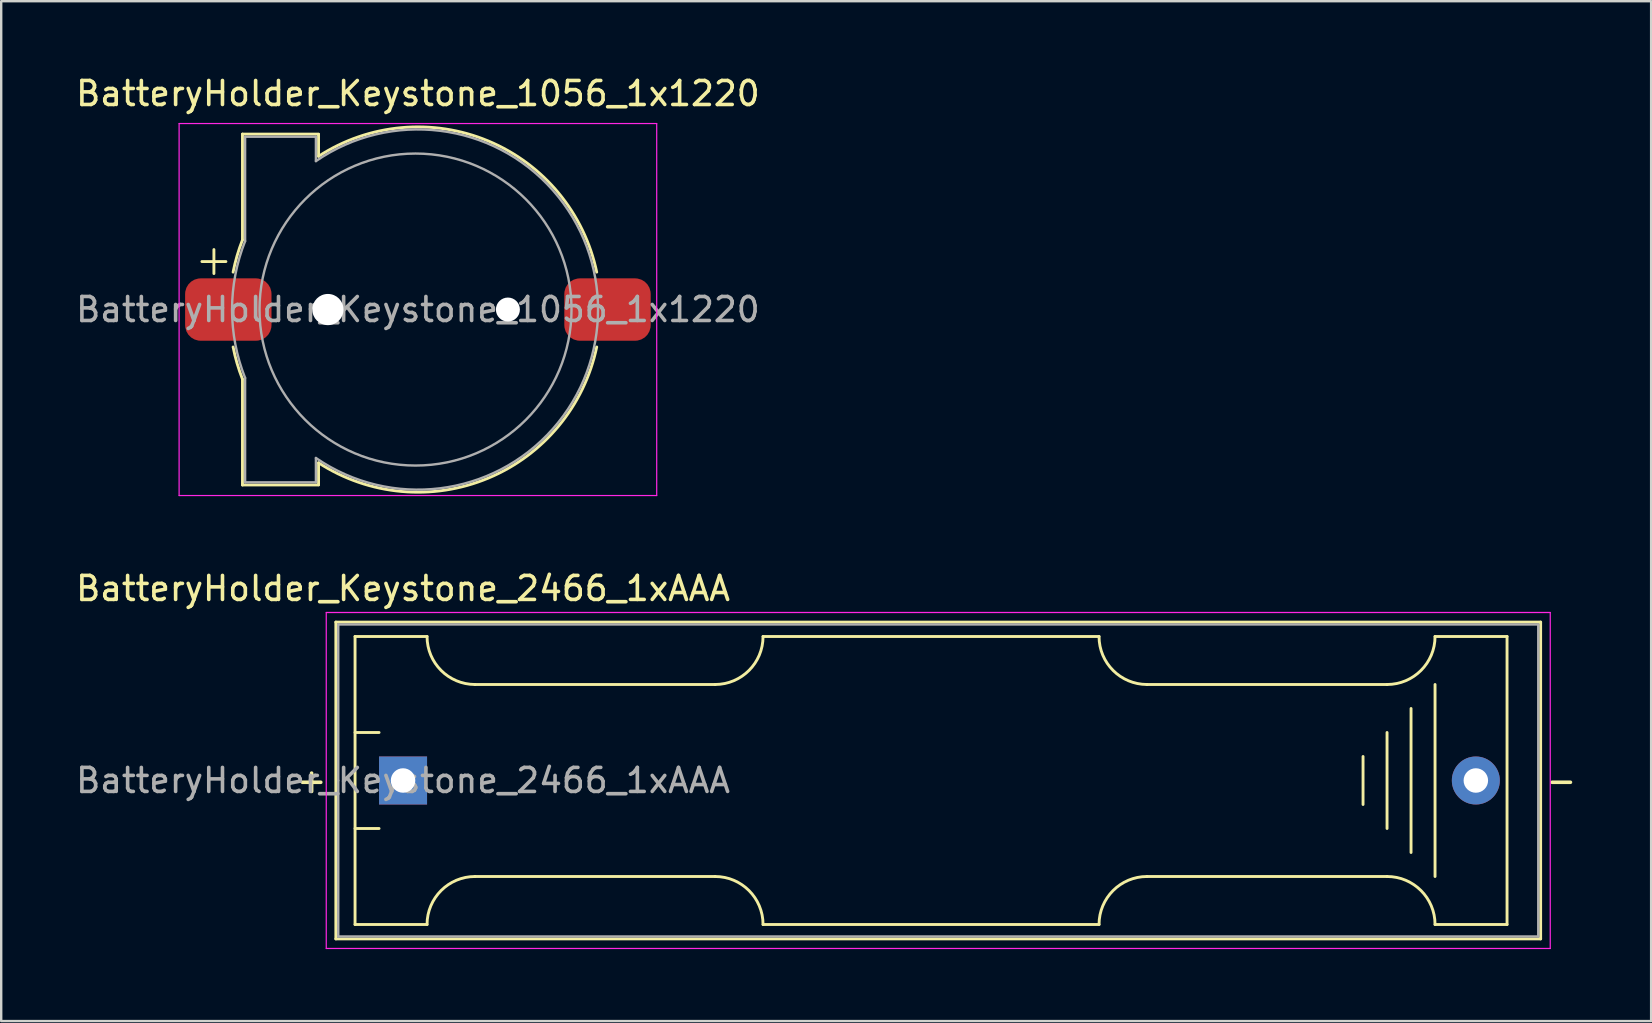
<source format=kicad_pcb>
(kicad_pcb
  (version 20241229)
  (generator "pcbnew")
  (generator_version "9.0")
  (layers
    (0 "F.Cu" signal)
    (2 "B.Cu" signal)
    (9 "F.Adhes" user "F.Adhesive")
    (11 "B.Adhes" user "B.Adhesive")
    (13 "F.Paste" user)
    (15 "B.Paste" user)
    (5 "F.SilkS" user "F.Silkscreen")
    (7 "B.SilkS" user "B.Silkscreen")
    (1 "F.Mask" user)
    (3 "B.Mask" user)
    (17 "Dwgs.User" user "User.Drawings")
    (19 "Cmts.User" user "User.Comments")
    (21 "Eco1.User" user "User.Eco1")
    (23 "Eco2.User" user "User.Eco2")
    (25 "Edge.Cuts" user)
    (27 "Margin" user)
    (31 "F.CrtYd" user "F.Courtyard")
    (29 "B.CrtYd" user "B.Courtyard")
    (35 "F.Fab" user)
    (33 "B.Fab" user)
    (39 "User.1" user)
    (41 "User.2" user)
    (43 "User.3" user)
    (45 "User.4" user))
  (footprint "BatteryHolder_Keystone_2466_1xAAA"
    (layer "F.Cu")
    (at 13.744 29.471)
    (property "Reference" "BatteryHolder_Keystone_2466_1xAAA" (at 0 -8 180) (layer "F.SilkS") (effects (font (size 1 1) (thickness 0.15))))
    (attr through_hole)
    (fp_line (start -2.8 -6.6) (end -2.8 6.6) (stroke (width 0.12) (type solid)) (layer "F.SilkS"))
    (fp_line (start -2.8 6.6) (end 47.4 6.6) (stroke (width 0.12) (type solid)) (layer "F.SilkS"))
    (fp_line (start -2 -6) (end -2 6) (stroke (width 0.12) (type solid)) (layer "F.SilkS"))
    (fp_line (start -2 -6) (end 1 -6) (stroke (width 0.12) (type solid)) (layer "F.SilkS"))
    (fp_line (start -2 -2) (end -1 -2) (stroke (width 0.12) (type solid)) (layer "F.SilkS"))
    (fp_line (start -2 6) (end 1 6) (stroke (width 0.12) (type solid)) (layer "F.SilkS"))
    (fp_line (start -1 2) (end -2 2) (stroke (width 0.12) (type solid)) (layer "F.SilkS"))
    (fp_line (start 3 -4) (end 13 -4) (stroke (width 0.12) (type solid)) (layer "F.SilkS"))
    (fp_line (start 3 4) (end 13 4) (stroke (width 0.12) (type solid)) (layer "F.SilkS"))
    (fp_line (start 15 6) (end 29 6) (stroke (width 0.12) (type solid)) (layer "F.SilkS"))
    (fp_line (start 29 -6) (end 15 -6) (stroke (width 0.12) (type solid)) (layer "F.SilkS"))
    (fp_line (start 40 -1) (end 40 1) (stroke (width 0.12) (type solid)) (layer "F.SilkS"))
    (fp_line (start 41 -4) (end 31 -4) (stroke (width 0.12) (type solid)) (layer "F.SilkS"))
    (fp_line (start 41 -2) (end 41 2) (stroke (width 0.12) (type solid)) (layer "F.SilkS"))
    (fp_line (start 41 4) (end 31 4) (stroke (width 0.12) (type solid)) (layer "F.SilkS"))
    (fp_line (start 42 3) (end 42 -3) (stroke (width 0.12) (type solid)) (layer "F.SilkS"))
    (fp_line (start 43 -4) (end 43 4) (stroke (width 0.12) (type solid)) (layer "F.SilkS"))
    (fp_line (start 46 -6) (end 43 -6) (stroke (width 0.12) (type solid)) (layer "F.SilkS"))
    (fp_line (start 46 -6) (end 46 6) (stroke (width 0.12) (type solid)) (layer "F.SilkS"))
    (fp_line (start 46 6) (end 43 6) (stroke (width 0.12) (type solid)) (layer "F.SilkS"))
    (fp_line (start 47.4 -6.6) (end -2.8 -6.6) (stroke (width 0.12) (type solid)) (layer "F.SilkS"))
    (fp_line (start 47.4 6.6) (end 47.4 -6.6) (stroke (width 0.12) (type solid)) (layer "F.SilkS"))
    (fp_arc (start 1 6) (mid 1.585786 4.585786) (end 3 4) (stroke (width 0.12) (type solid)) (layer "F.SilkS"))
    (fp_arc (start 3 -4) (mid 1.585786 -4.585786) (end 1 -6) (stroke (width 0.12) (type solid)) (layer "F.SilkS"))
    (fp_arc (start 13 4) (mid 14.414214 4.585786) (end 15 6) (stroke (width 0.12) (type solid)) (layer "F.SilkS"))
    (fp_arc (start 15 -6) (mid 14.414214 -4.585786) (end 13 -4) (stroke (width 0.12) (type solid)) (layer "F.SilkS"))
    (fp_arc (start 29 6) (mid 29.585786 4.585786) (end 31 4) (stroke (width 0.12) (type solid)) (layer "F.SilkS"))
    (fp_arc (start 31 -4) (mid 29.585786 -4.585786) (end 29 -6) (stroke (width 0.12) (type solid)) (layer "F.SilkS"))
    (fp_arc (start 41 4) (mid 42.414214 4.585786) (end 43 6) (stroke (width 0.12) (type solid)) (layer "F.SilkS"))
    (fp_arc (start 43 -6) (mid 42.414214 -4.585786) (end 41 -4) (stroke (width 0.12) (type solid)) (layer "F.SilkS"))
    (fp_line (start -3.2 -7) (end -3.2 7) (stroke (width 0.05) (type solid)) (layer "F.CrtYd"))
    (fp_line (start -3.2 7) (end 47.8 7) (stroke (width 0.05) (type solid)) (layer "F.CrtYd"))
    (fp_line (start 47.8 -7) (end -3.2 -7) (stroke (width 0.05) (type solid)) (layer "F.CrtYd"))
    (fp_line (start 47.8 7) (end 47.8 -7) (stroke (width 0.05) (type solid)) (layer "F.CrtYd"))
    (fp_line (start -2.7 -6.5) (end 47.3 -6.5) (stroke (width 0.1) (type solid)) (layer "F.Fab"))
    (fp_line (start -2.7 0) (end -2.7 -6.5) (stroke (width 0.1) (type solid)) (layer "F.Fab"))
    (fp_line (start -2.7 6.5) (end -2.7 0) (stroke (width 0.1) (type solid)) (layer "F.Fab"))
    (fp_line (start 47.3 -6.5) (end 47.3 6.5) (stroke (width 0.1) (type solid)) (layer "F.Fab"))
    (fp_line (start 47.3 6.5) (end -2.7 6.5) (stroke (width 0.1) (type solid)) (layer "F.Fab"))
    (fp_text user "+" (at -3.81 0 0) (layer "F.SilkS") (effects (font (size 1 1) (thickness 0.15))))
    (fp_text user "-" (at 48.26 0 0) (layer "F.SilkS") (effects (font (size 1 1) (thickness 0.15))))
    (fp_text user "${REFERENCE}" (at 0 0 0) (layer "F.Fab") (effects (font (size 1 1) (thickness 0.15))))
    (pad "1" thru_hole rect (at 0 0) (size 2 2) (drill 1.02) (layers "*.Cu" "*.Mask"))
    (pad "2" thru_hole circle (at 44.7 0) (size 2 2) (drill 1.02) (layers "*.Cu" "*.Mask")))
  (footprint "BatteryHolder_Keystone_1056_1x1220"
    (layer "F.Cu")
    (at 14.363 9.848)
    (property "Reference" "BatteryHolder_Keystone_1056_1x1220" (at 0 -9 0) (unlocked yes) (layer "F.SilkS") (effects (font (size 1 1) (thickness 0.15))))
    (attr smd)
    (fp_line (start -8.5 -2.5) (end -8.5 -1.5) (stroke (width 0.12) (type solid)) (layer "F.SilkS"))
    (fp_line (start -8 -2) (end -9 -2) (stroke (width 0.12) (type solid)) (layer "F.SilkS"))
    (fp_line (start -7.31 -2.9) (end -7.31 -7.31) (stroke (width 0.12) (type solid)) (layer "F.SilkS"))
    (fp_line (start -7.31 7.31) (end -7.31 2.9) (stroke (width 0.12) (type solid)) (layer "F.SilkS"))
    (fp_line (start -4.14 -7.31) (end -7.31 -7.31) (stroke (width 0.12) (type solid)) (layer "F.SilkS"))
    (fp_line (start -4.14 -6.385) (end -4.14 -7.3) (stroke (width 0.12) (type solid)) (layer "F.SilkS"))
    (fp_line (start -4.14 7.3) (end -4.14 6.385) (stroke (width 0.12) (type solid)) (layer "F.SilkS"))
    (fp_line (start -4.14 7.31) (end -7.31 7.31) (stroke (width 0.12) (type solid)) (layer "F.SilkS"))
    (fp_arc (start -7.7 -1.56) (mid -7.534809 -2.238676) (end -7.31 -2.9) (stroke (width 0.12) (type solid)) (layer "F.SilkS"))
    (fp_arc (start -7.31 2.9) (mid -7.534809 2.238676) (end -7.7 1.56) (stroke (width 0.12) (type solid)) (layer "F.SilkS"))
    (fp_arc (start -4.14 -6.385) (mid 2.926026 -7.025596) (end 7.45 -1.56) (stroke (width 0.12) (type solid)) (layer "F.SilkS"))
    (fp_arc (start 7.45 1.56) (mid 2.926025 7.025595) (end -4.14 6.385) (stroke (width 0.12) (type solid)) (layer "F.SilkS"))
    (fp_line (start -9.95 -7.75) (end -9.95 7.75) (stroke (width 0.05) (type solid)) (layer "F.CrtYd"))
    (fp_line (start -9.95 -7.75) (end 9.95 -7.75) (stroke (width 0.05) (type solid)) (layer "F.CrtYd"))
    (fp_line (start -9.95 7.75) (end 9.95 7.75) (stroke (width 0.05) (type solid)) (layer "F.CrtYd"))
    (fp_line (start 9.95 -7.75) (end 9.95 7.75) (stroke (width 0.05) (type solid)) (layer "F.CrtYd"))
    (fp_line (start -7.2 -2.85) (end -7.2 -7.2) (stroke (width 0.1) (type solid)) (layer "F.Fab"))
    (fp_line (start -7.2 7.2) (end -7.2 2.85) (stroke (width 0.1) (type solid)) (layer "F.Fab"))
    (fp_line (start -4.25 -7.2) (end -7.2 -7.2) (stroke (width 0.1) (type solid)) (layer "F.Fab"))
    (fp_line (start -4.25 -7.2) (end -4.25 -6.185) (stroke (width 0.1) (type solid)) (layer "F.Fab"))
    (fp_line (start -4.25 6.185) (end -4.25 7.2) (stroke (width 0.1) (type solid)) (layer "F.Fab"))
    (fp_line (start -4.25 7.2) (end -7.2 7.2) (stroke (width 0.1) (type solid)) (layer "F.Fab"))
    (fp_arc (start -7.2 2.85) (mid -7.743667 0) (end -7.2 -2.85) (stroke (width 0.1) (type solid)) (layer "F.Fab"))
    (fp_arc (start -4.25 -6.185) (mid 7.505752 0) (end -4.25 6.185) (stroke (width 0.1) (type solid)) (layer "F.Fab"))
    (fp_circle (center -0.1 0) (end -6.6 0) (stroke (width 0.1) (type solid)) (fill no) (layer "F.Fab"))
    (fp_text user "${REFERENCE}" (at 0 0 0) (unlocked yes) (layer "F.Fab") (effects (font (size 1 1) (thickness 0.15))))
    (pad "" np_thru_hole circle (at -3.75 0 180) (size 1.3 1.3) (drill 1.3) (layers "*.Cu" "*.Mask"))
    (pad "" np_thru_hole circle (at 3.75 0 180) (size 1 1) (drill 1) (layers "*.Cu" "*.Mask"))
    (pad "1" smd roundrect (at -7.9 0 180) (size 3.6 2.6) (layers "F.Cu" "F.Mask" "F.Paste") (roundrect_rratio 0.25))
    (pad "2" smd roundrect (at 7.9 0 180) (size 3.6 2.6) (layers "F.Cu" "F.Mask" "F.Paste") (roundrect_rratio 0.25)))
  (gr_rect
    (start -3 -3)
    (end 65.748 39.496)
    (stroke (width 0.1) (type default))
    (fill no)
    (layer "Edge.Cuts")))
</source>
